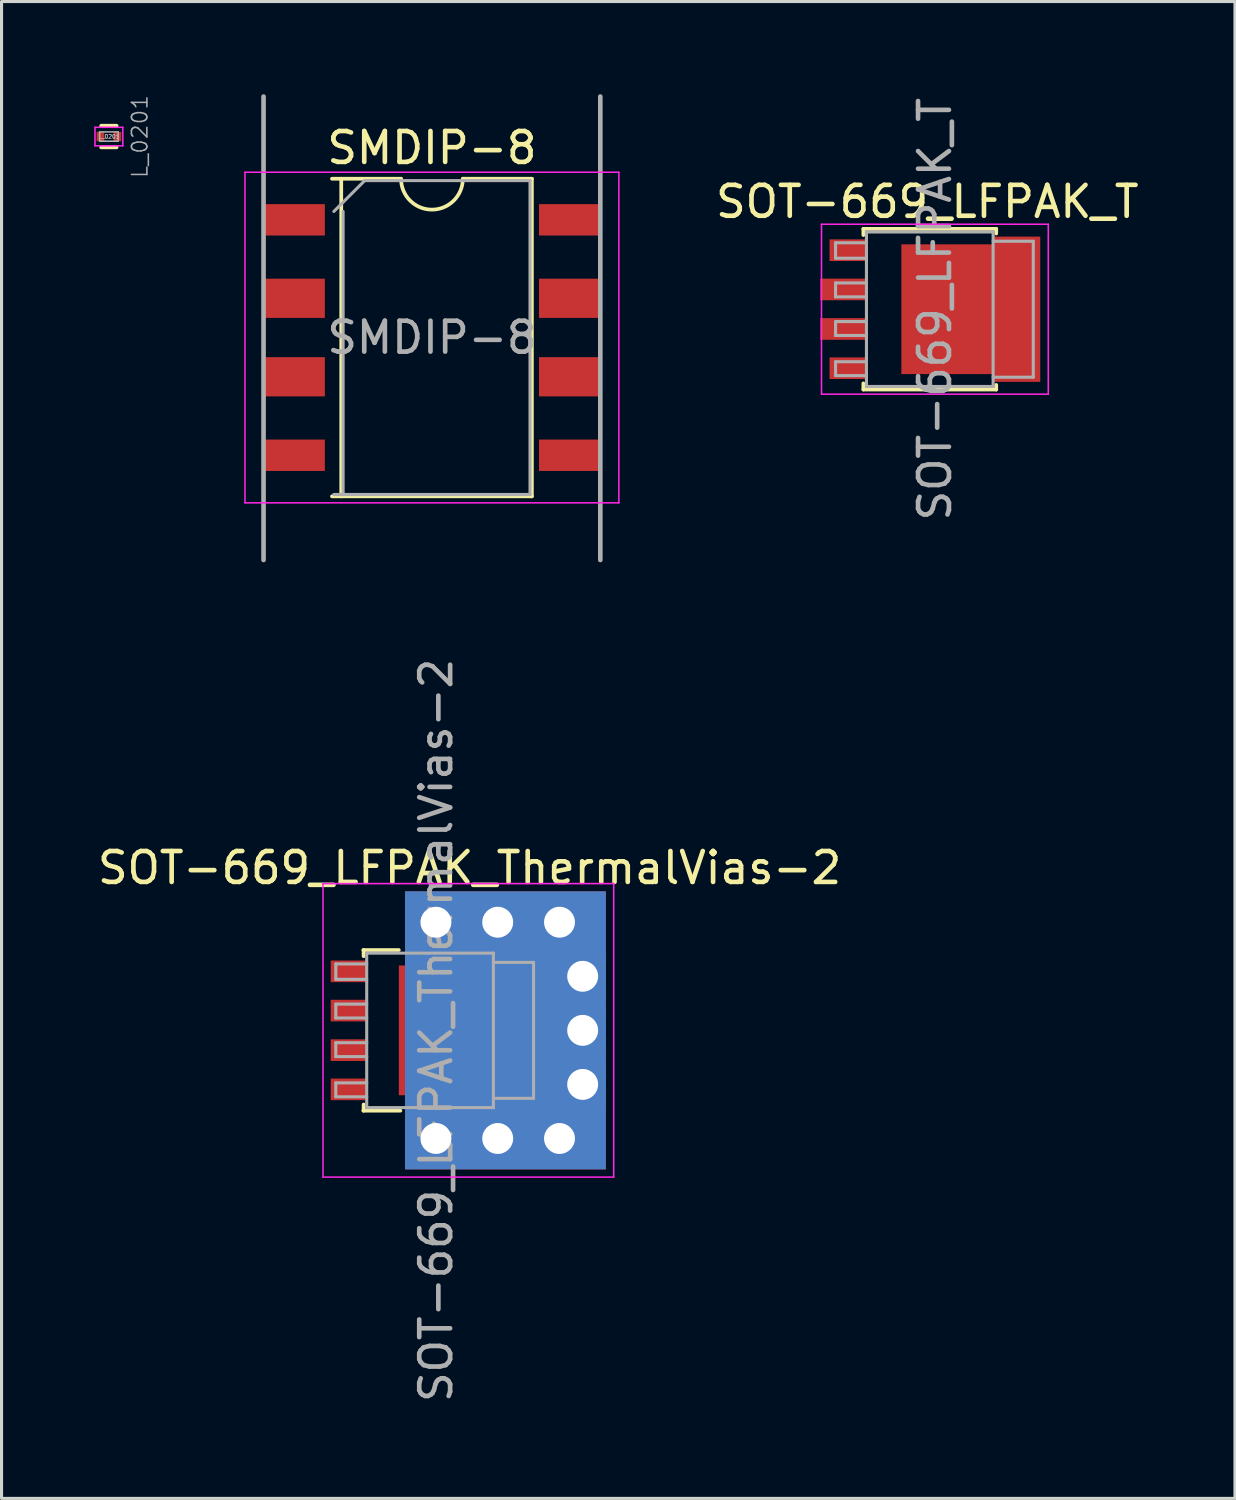
<source format=kicad_pcb>
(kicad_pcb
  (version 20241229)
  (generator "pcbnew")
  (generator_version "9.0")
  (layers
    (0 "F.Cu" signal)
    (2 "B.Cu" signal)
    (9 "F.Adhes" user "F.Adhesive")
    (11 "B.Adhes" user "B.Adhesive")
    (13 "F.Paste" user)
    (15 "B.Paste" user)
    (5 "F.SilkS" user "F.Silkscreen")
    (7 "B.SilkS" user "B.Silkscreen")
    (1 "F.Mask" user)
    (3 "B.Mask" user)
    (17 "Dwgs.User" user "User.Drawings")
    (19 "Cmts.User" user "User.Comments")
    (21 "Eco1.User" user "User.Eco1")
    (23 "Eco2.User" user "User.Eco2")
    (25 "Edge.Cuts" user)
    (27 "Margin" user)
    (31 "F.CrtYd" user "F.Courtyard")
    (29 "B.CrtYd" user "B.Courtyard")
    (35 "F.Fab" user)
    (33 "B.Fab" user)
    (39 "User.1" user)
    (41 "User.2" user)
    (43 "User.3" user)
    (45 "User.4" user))
  (footprint "SOT-669_LFPAK_T"
    (layer "F.Cu")
    (at 27.209 6.958)
    (property "Reference" "SOT-669_LFPAK_T" (at -0.245 -3.48 0) (layer "F.SilkS") (effects (font (size 1 1) (thickness 0.15))))
    (attr smd)
    (fp_line (start -2.315 -2.6) (end -2.315 -2.4) (stroke (width 0.12) (type solid)) (layer "F.SilkS"))
    (fp_line (start -2.315 2.4) (end -2.315 2.6) (stroke (width 0.12) (type solid)) (layer "F.SilkS"))
    (fp_line (start -2.315 2.6) (end 1.985 2.6) (stroke (width 0.12) (type solid)) (layer "F.SilkS"))
    (fp_line (start 1.985 -2.6) (end -2.315 -2.6) (stroke (width 0.12) (type solid)) (layer "F.SilkS"))
    (fp_line (start 1.985 -2.45) (end 1.985 -2.6) (stroke (width 0.12) (type solid)) (layer "F.SilkS"))
    (fp_line (start 1.985 2.6) (end 1.985 2.45) (stroke (width 0.12) (type solid)) (layer "F.SilkS"))
    (fp_line (start -3.67 2.75) (end -3.67 -2.75) (stroke (width 0.05) (type solid)) (layer "F.CrtYd"))
    (fp_line (start -3.67 2.75) (end 3.67 2.75) (stroke (width 0.05) (type solid)) (layer "F.CrtYd"))
    (fp_line (start 3.67 -2.75) (end -3.67 -2.75) (stroke (width 0.05) (type solid)) (layer "F.CrtYd"))
    (fp_line (start 3.67 -2.75) (end 3.67 2.75) (stroke (width 0.05) (type solid)) (layer "F.CrtYd"))
    (fp_line (start -3.215 -2.15) (end -3.215 -1.65) (stroke (width 0.1) (type solid)) (layer "F.Fab"))
    (fp_line (start -3.215 -2.15) (end -2.215 -2.15) (stroke (width 0.1) (type solid)) (layer "F.Fab"))
    (fp_line (start -3.215 -1.65) (end -2.215 -1.65) (stroke (width 0.1) (type solid)) (layer "F.Fab"))
    (fp_line (start -3.215 -0.85) (end -3.215 -0.4) (stroke (width 0.1) (type solid)) (layer "F.Fab"))
    (fp_line (start -3.215 -0.4) (end -2.215 -0.4) (stroke (width 0.1) (type solid)) (layer "F.Fab"))
    (fp_line (start -3.215 0.4) (end -3.215 0.85) (stroke (width 0.1) (type solid)) (layer "F.Fab"))
    (fp_line (start -3.215 0.85) (end -2.215 0.85) (stroke (width 0.1) (type solid)) (layer "F.Fab"))
    (fp_line (start -3.215 1.7) (end -3.215 2.15) (stroke (width 0.1) (type solid)) (layer "F.Fab"))
    (fp_line (start -3.215 2.15) (end -2.215 2.15) (stroke (width 0.1) (type solid)) (layer "F.Fab"))
    (fp_line (start -2.215 -2.5) (end -2.215 2.5) (stroke (width 0.1) (type solid)) (layer "F.Fab"))
    (fp_line (start -2.215 -0.85) (end -3.215 -0.85) (stroke (width 0.1) (type solid)) (layer "F.Fab"))
    (fp_line (start -2.215 0.4) (end -3.215 0.4) (stroke (width 0.1) (type solid)) (layer "F.Fab"))
    (fp_line (start -2.215 1.7) (end -3.215 1.7) (stroke (width 0.1) (type solid)) (layer "F.Fab"))
    (fp_line (start -2.215 2.5) (end 1.885 2.5) (stroke (width 0.1) (type solid)) (layer "F.Fab"))
    (fp_line (start 1.885 -2.5) (end -2.215 -2.5) (stroke (width 0.1) (type solid)) (layer "F.Fab"))
    (fp_line (start 1.885 2.5) (end 1.885 -2.5) (stroke (width 0.1) (type solid)) (layer "F.Fab"))
    (fp_line (start 3.185 -2.2) (end 1.885 -2.2) (stroke (width 0.1) (type solid)) (layer "F.Fab"))
    (fp_line (start 3.185 -2.2) (end 3.185 2.2) (stroke (width 0.1) (type solid)) (layer "F.Fab"))
    (fp_line (start 3.185 2.2) (end 1.885 2.2) (stroke (width 0.1) (type solid)) (layer "F.Fab"))
    (fp_text user "${REFERENCE}" (at 0 0 90) (layer "F.Fab") (effects (font (size 1 1) (thickness 0.15))))
    (pad "1" smd rect (at -2.835 -1.91 270) (size 0.7 1.15) (layers "F.Cu" "F.Mask" "F.Paste"))
    (pad "2" smd rect (at -2.985 -0.64 270) (size 0.7 1.45) (layers "F.Cu" "F.Mask" "F.Paste"))
    (pad "3" smd rect (at -2.985 0.64 270) (size 0.7 1.45) (layers "F.Cu" "F.Mask" "F.Paste"))
    (pad "4" smd rect (at -2.835 1.91 270) (size 0.7 1.15) (layers "F.Cu" "F.Mask" "F.Paste"))
    (pad "5" smd rect (at -0.665 -1.15) (size 0.6 0.9) (layers "F.Cu" "F.Mask" "F.Paste"))
    (pad "5" smd rect (at -0.665 0) (size 0.6 0.9) (layers "F.Cu" "F.Mask" "F.Paste"))
    (pad "5" smd rect (at -0.665 1.15) (size 0.6 0.9) (layers "F.Cu" "F.Mask" "F.Paste"))
    (pad "5" smd rect (at 0.185 -1.15) (size 0.6 0.9) (layers "F.Cu" "F.Mask" "F.Paste"))
    (pad "5" smd rect (at 0.185 0) (size 0.6 0.9) (layers "F.Cu" "F.Mask" "F.Paste"))
    (pad "5" smd rect (at 0.185 1.15) (size 0.6 0.9) (layers "F.Cu" "F.Mask" "F.Paste"))
    (pad "5" smd rect (at 0.565 0 270) (size 4.2 3.3) (layers "F.Cu" "F.Mask"))
    (pad "5" smd rect (at 1.035 -1.15) (size 0.6 0.9) (layers "F.Cu" "F.Mask" "F.Paste"))
    (pad "5" smd rect (at 1.035 0) (size 0.6 0.9) (layers "F.Cu" "F.Mask" "F.Paste"))
    (pad "5" smd rect (at 1.035 1.15) (size 0.6 0.9) (layers "F.Cu" "F.Mask" "F.Paste"))
    (pad "5" smd rect (at 2.635 0 270) (size 4.7 1.55) (layers "F.Cu" "F.Mask"))
    (pad "5" smd rect (at 2.885 -1.88 270) (size 0.6 0.9) (layers "F.Cu" "F.Mask" "F.Paste"))
    (pad "5" smd rect (at 2.885 -0.6 270) (size 0.6 0.9) (layers "F.Cu" "F.Mask" "F.Paste"))
    (pad "5" smd rect (at 2.885 0.6 270) (size 0.6 0.9) (layers "F.Cu" "F.Mask" "F.Paste"))
    (pad "5" smd rect (at 2.885 1.88 270) (size 0.6 0.9) (layers "F.Cu" "F.Mask" "F.Paste")))
  (footprint "SMDIP-8"
    (layer "F.Cu")
    (at 10.93 7.875)
    (property "Reference" "SMDIP-8" (at 0 -6.14 0) (layer "F.SilkS") (effects (font (size 1 1) (thickness 0.15))))
    (attr smd)
    (fp_line (start -3.235 5.14) (end 3.235 5.14) (stroke (width 0.12) (type solid)) (layer "F.SilkS"))
    (fp_line (start -2.935 -5.14) (end -2.935 5.14) (stroke (width 0.12) (type solid)) (layer "F.SilkS"))
    (fp_line (start -1 -5.14) (end -3.235 -5.14) (stroke (width 0.12) (type solid)) (layer "F.SilkS"))
    (fp_line (start 3.235 -5.14) (end 1 -5.14) (stroke (width 0.12) (type solid)) (layer "F.SilkS"))
    (fp_line (start 3.235 5.14) (end 3.235 -5.14) (stroke (width 0.12) (type solid)) (layer "F.SilkS"))
    (fp_arc (start 1 -5.14) (mid 0 -4.14) (end -1 -5.14) (stroke (width 0.12) (type solid)) (layer "F.SilkS"))
    (fp_line (start -6.05 -5.35) (end -6.05 5.35) (stroke (width 0.05) (type solid)) (layer "F.CrtYd"))
    (fp_line (start -6.05 5.35) (end 6.05 5.35) (stroke (width 0.05) (type solid)) (layer "F.CrtYd"))
    (fp_line (start 6.05 -5.35) (end -6.05 -5.35) (stroke (width 0.05) (type solid)) (layer "F.CrtYd"))
    (fp_line (start 6.05 5.35) (end 6.05 -5.35) (stroke (width 0.05) (type solid)) (layer "F.CrtYd"))
    (fp_line (start -5.45 7.2) (end -5.45 -7.8) (stroke (width 0.15) (type solid)) (layer "F.Fab"))
    (fp_line (start -3.175 -4.08) (end -2.175 -5.08) (stroke (width 0.1) (type solid)) (layer "F.Fab"))
    (fp_line (start -2.875 5.08) (end -2.875 -4.08) (stroke (width 0.1) (type solid)) (layer "F.Fab"))
    (fp_line (start -2.175 -5.08) (end 3.175 -5.08) (stroke (width 0.1) (type solid)) (layer "F.Fab"))
    (fp_line (start 3.175 -5.08) (end 3.175 5.08) (stroke (width 0.1) (type solid)) (layer "F.Fab"))
    (fp_line (start 3.175 5.08) (end -3.175 5.08) (stroke (width 0.1) (type solid)) (layer "F.Fab"))
    (fp_line (start 5.45 7.2) (end 5.45 -7.8) (stroke (width 0.15) (type solid)) (layer "F.Fab"))
    (fp_text user "${REFERENCE}" (at 0 0 0) (layer "F.Fab") (effects (font (size 1 1) (thickness 0.15))))
    (pad "1" smd rect (at -4.465 -3.81) (size 2 1.016) (layers "F.Cu" "F.Mask" "F.Paste"))
    (pad "2" smd rect (at -4.465 -1.27) (size 2 1.27) (layers "F.Cu" "F.Mask" "F.Paste"))
    (pad "3" smd rect (at -4.465 1.27) (size 2 1.27) (layers "F.Cu" "F.Mask" "F.Paste"))
    (pad "4" smd rect (at -4.465 3.81) (size 2 1.016) (layers "F.Cu" "F.Mask" "F.Paste"))
    (pad "5" smd rect (at 4.465 3.81) (size 2 1.016) (layers "F.Cu" "F.Mask" "F.Paste"))
    (pad "6" smd rect (at 4.465 1.27) (size 2 1.27) (layers "F.Cu" "F.Mask" "F.Paste"))
    (pad "7" smd rect (at 4.465 -1.27) (size 2 1.27) (layers "F.Cu" "F.Mask" "F.Paste"))
    (pad "8" smd rect (at 4.465 -3.81) (size 2 1.016) (layers "F.Cu" "F.Mask" "F.Paste")))
  (footprint "L_0201"
    (layer "F.Cu")
    (at 0.475 1.37)
    (property "Reference" "L_0201" (at 1 0 90) (layer "F.Fab") (effects (font (size 0.5 0.5) (thickness 0.05))))
    (attr smd)
    (fp_line (start -0.25 -0.35) (end 0.25 -0.35) (stroke (width 0.12) (type solid)) (layer "F.SilkS"))
    (fp_line (start -0.25 0.35) (end 0.25 0.35) (stroke (width 0.12) (type solid)) (layer "F.SilkS"))
    (fp_line (start -0.45 -0.3) (end 0.45 -0.3) (stroke (width 0.05) (type solid)) (layer "F.CrtYd"))
    (fp_line (start -0.45 0.3) (end -0.45 -0.3) (stroke (width 0.05) (type solid)) (layer "F.CrtYd"))
    (fp_line (start -0.45 0.3) (end 0.45 0.3) (stroke (width 0.05) (type solid)) (layer "F.CrtYd"))
    (fp_line (start 0.45 0.3) (end 0.45 -0.3) (stroke (width 0.05) (type solid)) (layer "F.CrtYd"))
    (fp_line (start -0.3 -0.15) (end -0.3 0.15) (stroke (width 0.05) (type solid)) (layer "F.Fab"))
    (fp_line (start 0.3 -0.15) (end -0.3 -0.15) (stroke (width 0.05) (type solid)) (layer "F.Fab"))
    (fp_line (start 0.3 -0.15) (end 0.3 0.15) (stroke (width 0.05) (type solid)) (layer "F.Fab"))
    (fp_line (start 0.3 0.15) (end -0.3 0.15) (stroke (width 0.05) (type solid)) (layer "F.Fab"))
    (fp_text user "${REFERENCE}" (at 0 0 0) (layer "F.Fab") (effects (font (size 0.127 0.127) (thickness 0.025))))
    (pad "1" smd rect (at -0.275 0) (size 0.25 0.3) (layers "F.Cu" "F.Mask" "F.Paste"))
    (pad "2" smd rect (at 0.275 0) (size 0.25 0.3) (layers "F.Cu" "F.Mask" "F.Paste")))
  (footprint "SOT-669_LFPAK_ThermalVias-2"
    (layer "F.Cu")
    (at 11.064 30.299)
    (property "Reference" "SOT-669_LFPAK_ThermalVias-2" (at 1.085 -5.26 0) (layer "F.SilkS") (effects (font (size 1 1) (thickness 0.15))))
    (attr smd)
    (fp_line (start -2.355 -2.6) (end -1.205 -2.6) (stroke (width 0.12) (type solid)) (layer "F.SilkS"))
    (fp_line (start -2.355 2.6) (end -1.155 2.6) (stroke (width 0.12) (type solid)) (layer "F.SilkS"))
    (fp_line (start -2.345 -2.6) (end -2.345 -2.4) (stroke (width 0.12) (type solid)) (layer "F.SilkS"))
    (fp_line (start -2.345 2.4) (end -2.345 2.6) (stroke (width 0.12) (type solid)) (layer "F.SilkS"))
    (fp_line (start -3.66 4.75) (end -3.66 -4.75) (stroke (width 0.05) (type solid)) (layer "F.CrtYd"))
    (fp_line (start -3.66 4.75) (end 5.75 4.75) (stroke (width 0.05) (type solid)) (layer "F.CrtYd"))
    (fp_line (start 5.75 -4.75) (end -3.66 -4.75) (stroke (width 0.05) (type solid)) (layer "F.CrtYd"))
    (fp_line (start 5.75 -4.75) (end 5.75 4.75) (stroke (width 0.05) (type solid)) (layer "F.CrtYd"))
    (fp_line (start -3.245 -2.15) (end -3.245 -1.65) (stroke (width 0.1) (type solid)) (layer "F.Fab"))
    (fp_line (start -3.245 -2.15) (end -2.245 -2.15) (stroke (width 0.1) (type solid)) (layer "F.Fab"))
    (fp_line (start -3.245 -1.65) (end -2.245 -1.65) (stroke (width 0.1) (type solid)) (layer "F.Fab"))
    (fp_line (start -3.245 -0.85) (end -3.245 -0.4) (stroke (width 0.1) (type solid)) (layer "F.Fab"))
    (fp_line (start -3.245 -0.4) (end -2.245 -0.4) (stroke (width 0.1) (type solid)) (layer "F.Fab"))
    (fp_line (start -3.245 0.4) (end -3.245 0.85) (stroke (width 0.1) (type solid)) (layer "F.Fab"))
    (fp_line (start -3.245 0.85) (end -2.245 0.85) (stroke (width 0.1) (type solid)) (layer "F.Fab"))
    (fp_line (start -3.245 1.7) (end -3.245 2.15) (stroke (width 0.1) (type solid)) (layer "F.Fab"))
    (fp_line (start -3.245 2.15) (end -2.245 2.15) (stroke (width 0.1) (type solid)) (layer "F.Fab"))
    (fp_line (start -2.245 -2.5) (end -2.245 2.5) (stroke (width 0.1) (type solid)) (layer "F.Fab"))
    (fp_line (start -2.245 -0.85) (end -3.245 -0.85) (stroke (width 0.1) (type solid)) (layer "F.Fab"))
    (fp_line (start -2.245 0.4) (end -3.245 0.4) (stroke (width 0.1) (type solid)) (layer "F.Fab"))
    (fp_line (start -2.245 1.7) (end -3.245 1.7) (stroke (width 0.1) (type solid)) (layer "F.Fab"))
    (fp_line (start -2.245 2.5) (end 1.855 2.5) (stroke (width 0.1) (type solid)) (layer "F.Fab"))
    (fp_line (start 1.855 -2.5) (end -2.245 -2.5) (stroke (width 0.1) (type solid)) (layer "F.Fab"))
    (fp_line (start 1.855 2.5) (end 1.855 -2.5) (stroke (width 0.1) (type solid)) (layer "F.Fab"))
    (fp_line (start 3.155 -2.2) (end 1.855 -2.2) (stroke (width 0.1) (type solid)) (layer "F.Fab"))
    (fp_line (start 3.155 -2.2) (end 3.155 2.2) (stroke (width 0.1) (type solid)) (layer "F.Fab"))
    (fp_line (start 3.155 2.2) (end 1.855 2.2) (stroke (width 0.1) (type solid)) (layer "F.Fab"))
    (fp_text user "${REFERENCE}" (at 0 0 90) (layer "F.Fab") (effects (font (size 1 1) (thickness 0.15))))
    (pad "1" smd rect (at -2.835 -1.91 270) (size 0.7 1.15) (layers "F.Cu" "F.Mask" "F.Paste"))
    (pad "2" smd rect (at -2.835 -0.64 270) (size 0.7 1.15) (layers "F.Cu" "F.Mask" "F.Paste"))
    (pad "3" smd rect (at -2.835 0.64 270) (size 0.7 1.15) (layers "F.Cu" "F.Mask" "F.Paste"))
    (pad "4" smd rect (at -2.835 1.91 270) (size 0.7 1.15) (layers "F.Cu" "F.Mask" "F.Paste"))
    (pad "5" smd rect (at -0.655 -1.15) (size 0.6 0.9) (layers "F.Cu" "F.Mask" "F.Paste"))
    (pad "5" smd rect (at -0.655 0) (size 0.6 0.9) (layers "F.Cu" "F.Mask" "F.Paste"))
    (pad "5" smd rect (at -0.655 1.15) (size 0.6 0.9) (layers "F.Cu" "F.Mask" "F.Paste"))
    (pad "5" thru_hole rect (at -0.005 -3.5 270) (size 1.5 1.5) (drill 1) (layers "*.Cu" "*.Mask"))
    (pad "5" thru_hole rect (at -0.005 3.5 270) (size 1.5 1.5) (drill 1) (layers "*.Cu" "*.Mask"))
    (pad "5" smd rect (at 0.195 -1.15) (size 0.6 0.9) (layers "F.Cu" "F.Mask" "F.Paste"))
    (pad "5" smd rect (at 0.195 0) (size 0.6 0.9) (layers "F.Cu" "F.Mask" "F.Paste"))
    (pad "5" smd rect (at 0.195 1.15) (size 0.6 0.9) (layers "F.Cu" "F.Mask" "F.Paste"))
    (pad "5" smd rect (at 0.445 0 270) (size 4.2 3.3) (layers "F.Cu" "F.Mask" "F.Paste"))
    (pad "5" smd rect (at 1.045 -1.15) (size 0.6 0.9) (layers "F.Cu" "F.Mask" "F.Paste"))
    (pad "5" smd rect (at 1.045 0) (size 0.6 0.9) (layers "F.Cu" "F.Mask" "F.Paste"))
    (pad "5" smd rect (at 1.045 1.15) (size 0.6 0.9) (layers "F.Cu" "F.Mask" "F.Paste"))
    (pad "5" thru_hole rect (at 1.995 -3.5 270) (size 1.5 1.5) (drill 1) (layers "*.Cu" "*.Mask"))
    (pad "5" thru_hole rect (at 1.995 3.5 270) (size 1.5 1.5) (drill 1) (layers "*.Cu" "*.Mask"))
    (pad "5" smd rect (at 2.245 0 270) (size 9 6.5) (layers "F.Cu" "F.Mask" "F.Paste"))
    (pad "5" smd rect (at 2.245 0 270) (size 9 6.5) (layers "B.Cu" "B.Mask" "B.Paste"))
    (pad "5" smd rect (at 2.645 0 270) (size 4.7 1.55) (layers "F.Cu" "F.Mask" "F.Paste"))
    (pad "5" smd rect (at 2.895 -1.88 270) (size 0.6 0.9) (layers "F.Cu" "F.Mask" "F.Paste"))
    (pad "5" smd rect (at 2.895 -0.6 270) (size 0.6 0.9) (layers "F.Cu" "F.Mask" "F.Paste"))
    (pad "5" smd rect (at 2.895 0.6 270) (size 0.6 0.9) (layers "F.Cu" "F.Mask" "F.Paste"))
    (pad "5" smd rect (at 2.895 1.88 270) (size 0.6 0.9) (layers "F.Cu" "F.Mask" "F.Paste"))
    (pad "5" thru_hole rect (at 3.995 -3.5 270) (size 1.5 1.5) (drill 1) (layers "*.Cu" "*.Mask"))
    (pad "5" thru_hole rect (at 3.995 3.5 270) (size 1.5 1.5) (drill 1) (layers "*.Cu" "*.Mask"))
    (pad "5" thru_hole rect (at 4.745 -1.75 270) (size 1.5 1.5) (drill 1) (layers "*.Cu" "*.Mask"))
    (pad "5" thru_hole rect (at 4.745 0 270) (size 1.5 1.5) (drill 1) (layers "*.Cu" "*.Mask"))
    (pad "5" thru_hole rect (at 4.745 1.75 270) (size 1.5 1.5) (drill 1) (layers "*.Cu" "*.Mask")))
  (gr_rect
    (start -3 -3)
    (end 36.922 45.448)
    (stroke (width 0.1) (type default))
    (fill no)
    (layer "Edge.Cuts")))
</source>
